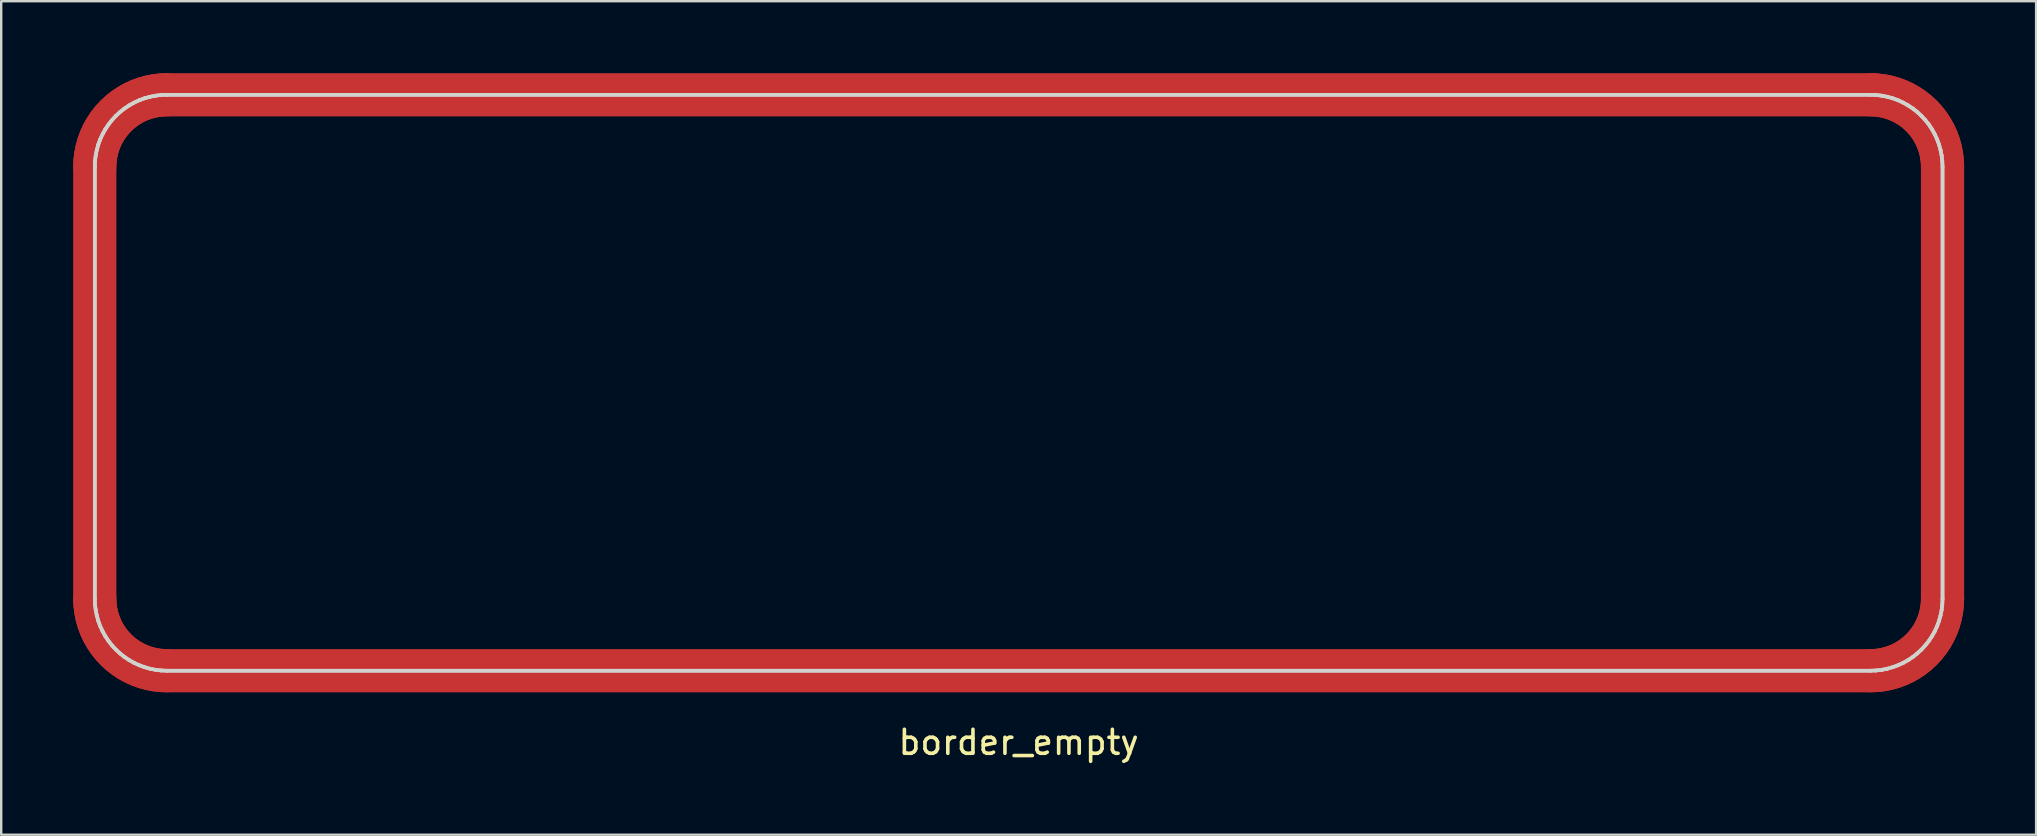
<source format=kicad_pcb>
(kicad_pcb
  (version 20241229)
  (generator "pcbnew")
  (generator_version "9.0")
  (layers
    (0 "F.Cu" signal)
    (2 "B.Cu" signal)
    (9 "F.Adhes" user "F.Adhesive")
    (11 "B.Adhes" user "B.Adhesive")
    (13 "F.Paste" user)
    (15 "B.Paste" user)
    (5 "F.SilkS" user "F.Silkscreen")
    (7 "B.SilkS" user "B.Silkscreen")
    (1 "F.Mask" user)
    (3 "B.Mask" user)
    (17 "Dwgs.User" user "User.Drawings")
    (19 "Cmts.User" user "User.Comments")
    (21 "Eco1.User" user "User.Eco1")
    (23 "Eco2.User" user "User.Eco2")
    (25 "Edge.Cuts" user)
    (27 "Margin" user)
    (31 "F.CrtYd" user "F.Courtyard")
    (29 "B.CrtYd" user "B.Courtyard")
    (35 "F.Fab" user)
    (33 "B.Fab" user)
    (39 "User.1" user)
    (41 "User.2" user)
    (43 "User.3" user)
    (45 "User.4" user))
  (footprint "border_empty"
    (layer "F.Cu")
    (at 39.4 12.9)
    (property "Reference" "border_empty" (at 0 14.986 0) (layer "F.SilkS") (effects (font (size 1 1) (thickness 0.15))))
    (attr through_hole)
    (fp_line (start -38.5 -9) (end -38.5 9) (stroke (width 1.8) (type solid)) (layer "F.Cu"))
    (fp_line (start -38.5 -9) (end -38.491 -9.235) (stroke (width 1.8) (type solid)) (layer "F.Cu"))
    (fp_line (start -38.491 -9.235) (end -38.463 -9.469) (stroke (width 1.8) (type solid)) (layer "F.Cu"))
    (fp_line (start -38.491 9.235) (end -38.5 9) (stroke (width 1.8) (type solid)) (layer "F.Cu"))
    (fp_line (start -38.463 -9.469) (end -38.417 -9.7) (stroke (width 1.8) (type solid)) (layer "F.Cu"))
    (fp_line (start -38.463 9.469) (end -38.491 9.235) (stroke (width 1.8) (type solid)) (layer "F.Cu"))
    (fp_line (start -38.417 -9.7) (end -38.353 -9.927) (stroke (width 1.8) (type solid)) (layer "F.Cu"))
    (fp_line (start -38.417 9.7) (end -38.463 9.469) (stroke (width 1.8) (type solid)) (layer "F.Cu"))
    (fp_line (start -38.353 -9.927) (end -38.272 -10.148) (stroke (width 1.8) (type solid)) (layer "F.Cu"))
    (fp_line (start -38.353 9.927) (end -38.417 9.7) (stroke (width 1.8) (type solid)) (layer "F.Cu"))
    (fp_line (start -38.272 -10.148) (end -38.173 -10.362) (stroke (width 1.8) (type solid)) (layer "F.Cu"))
    (fp_line (start -38.272 10.148) (end -38.353 9.927) (stroke (width 1.8) (type solid)) (layer "F.Cu"))
    (fp_line (start -38.173 -10.362) (end -38.058 -10.567) (stroke (width 1.8) (type solid)) (layer "F.Cu"))
    (fp_line (start -38.173 10.362) (end -38.272 10.148) (stroke (width 1.8) (type solid)) (layer "F.Cu"))
    (fp_line (start -38.058 -10.567) (end -37.927 -10.763) (stroke (width 1.8) (type solid)) (layer "F.Cu"))
    (fp_line (start -38.058 10.567) (end -38.173 10.362) (stroke (width 1.8) (type solid)) (layer "F.Cu"))
    (fp_line (start -37.927 -10.763) (end -37.781 -10.948) (stroke (width 1.8) (type solid)) (layer "F.Cu"))
    (fp_line (start -37.927 10.763) (end -38.058 10.567) (stroke (width 1.8) (type solid)) (layer "F.Cu"))
    (fp_line (start -37.781 -10.948) (end -37.621 -11.121) (stroke (width 1.8) (type solid)) (layer "F.Cu"))
    (fp_line (start -37.781 10.948) (end -37.927 10.763) (stroke (width 1.8) (type solid)) (layer "F.Cu"))
    (fp_line (start -37.621 -11.121) (end -37.448 -11.281) (stroke (width 1.8) (type solid)) (layer "F.Cu"))
    (fp_line (start -37.621 11.121) (end -37.781 10.948) (stroke (width 1.8) (type solid)) (layer "F.Cu"))
    (fp_line (start -37.448 -11.281) (end -37.263 -11.427) (stroke (width 1.8) (type solid)) (layer "F.Cu"))
    (fp_line (start -37.448 11.281) (end -37.621 11.121) (stroke (width 1.8) (type solid)) (layer "F.Cu"))
    (fp_line (start -37.263 -11.427) (end -37.067 -11.558) (stroke (width 1.8) (type solid)) (layer "F.Cu"))
    (fp_line (start -37.263 11.427) (end -37.448 11.281) (stroke (width 1.8) (type solid)) (layer "F.Cu"))
    (fp_line (start -37.067 -11.558) (end -36.862 -11.673) (stroke (width 1.8) (type solid)) (layer "F.Cu"))
    (fp_line (start -37.067 11.558) (end -37.263 11.427) (stroke (width 1.8) (type solid)) (layer "F.Cu"))
    (fp_line (start -36.862 -11.673) (end -36.648 -11.772) (stroke (width 1.8) (type solid)) (layer "F.Cu"))
    (fp_line (start -36.862 11.673) (end -37.067 11.558) (stroke (width 1.8) (type solid)) (layer "F.Cu"))
    (fp_line (start -36.648 -11.772) (end -36.427 -11.853) (stroke (width 1.8) (type solid)) (layer "F.Cu"))
    (fp_line (start -36.648 11.772) (end -36.862 11.673) (stroke (width 1.8) (type solid)) (layer "F.Cu"))
    (fp_line (start -36.427 -11.853) (end -36.2 -11.917) (stroke (width 1.8) (type solid)) (layer "F.Cu"))
    (fp_line (start -36.427 11.853) (end -36.648 11.772) (stroke (width 1.8) (type solid)) (layer "F.Cu"))
    (fp_line (start -36.2 -11.917) (end -35.969 -11.963) (stroke (width 1.8) (type solid)) (layer "F.Cu"))
    (fp_line (start -36.2 11.917) (end -36.427 11.853) (stroke (width 1.8) (type solid)) (layer "F.Cu"))
    (fp_line (start -35.969 -11.963) (end -35.735 -11.991) (stroke (width 1.8) (type solid)) (layer "F.Cu"))
    (fp_line (start -35.969 11.963) (end -36.2 11.917) (stroke (width 1.8) (type solid)) (layer "F.Cu"))
    (fp_line (start -35.735 -11.991) (end -35.5 -12) (stroke (width 1.8) (type solid)) (layer "F.Cu"))
    (fp_line (start -35.735 11.991) (end -35.969 11.963) (stroke (width 1.8) (type solid)) (layer "F.Cu"))
    (fp_line (start -35.5 -12) (end 35.5 -12) (stroke (width 1.8) (type solid)) (layer "F.Cu"))
    (fp_line (start -35.5 12) (end -35.735 11.991) (stroke (width 1.8) (type solid)) (layer "F.Cu"))
    (fp_line (start -35.5 12) (end 35.5 12) (stroke (width 1.8) (type solid)) (layer "F.Cu"))
    (fp_line (start 35.5 -12) (end 35.735 -11.991) (stroke (width 1.8) (type solid)) (layer "F.Cu"))
    (fp_line (start 35.735 -11.991) (end 35.969 -11.963) (stroke (width 1.8) (type solid)) (layer "F.Cu"))
    (fp_line (start 35.735 11.991) (end 35.5 12) (stroke (width 1.8) (type solid)) (layer "F.Cu"))
    (fp_line (start 35.969 -11.963) (end 36.2 -11.917) (stroke (width 1.8) (type solid)) (layer "F.Cu"))
    (fp_line (start 35.969 11.963) (end 35.735 11.991) (stroke (width 1.8) (type solid)) (layer "F.Cu"))
    (fp_line (start 36.2 -11.917) (end 36.427 -11.853) (stroke (width 1.8) (type solid)) (layer "F.Cu"))
    (fp_line (start 36.2 11.917) (end 35.969 11.963) (stroke (width 1.8) (type solid)) (layer "F.Cu"))
    (fp_line (start 36.427 -11.853) (end 36.648 -11.772) (stroke (width 1.8) (type solid)) (layer "F.Cu"))
    (fp_line (start 36.427 11.853) (end 36.2 11.917) (stroke (width 1.8) (type solid)) (layer "F.Cu"))
    (fp_line (start 36.648 -11.772) (end 36.862 -11.673) (stroke (width 1.8) (type solid)) (layer "F.Cu"))
    (fp_line (start 36.648 11.772) (end 36.427 11.853) (stroke (width 1.8) (type solid)) (layer "F.Cu"))
    (fp_line (start 36.862 -11.673) (end 37.067 -11.558) (stroke (width 1.8) (type solid)) (layer "F.Cu"))
    (fp_line (start 36.862 11.673) (end 36.648 11.772) (stroke (width 1.8) (type solid)) (layer "F.Cu"))
    (fp_line (start 37.067 -11.558) (end 37.263 -11.427) (stroke (width 1.8) (type solid)) (layer "F.Cu"))
    (fp_line (start 37.067 11.558) (end 36.862 11.673) (stroke (width 1.8) (type solid)) (layer "F.Cu"))
    (fp_line (start 37.263 -11.427) (end 37.448 -11.281) (stroke (width 1.8) (type solid)) (layer "F.Cu"))
    (fp_line (start 37.263 11.427) (end 37.067 11.558) (stroke (width 1.8) (type solid)) (layer "F.Cu"))
    (fp_line (start 37.448 -11.281) (end 37.621 -11.121) (stroke (width 1.8) (type solid)) (layer "F.Cu"))
    (fp_line (start 37.448 11.281) (end 37.263 11.427) (stroke (width 1.8) (type solid)) (layer "F.Cu"))
    (fp_line (start 37.621 -11.121) (end 37.781 -10.948) (stroke (width 1.8) (type solid)) (layer "F.Cu"))
    (fp_line (start 37.621 11.121) (end 37.448 11.281) (stroke (width 1.8) (type solid)) (layer "F.Cu"))
    (fp_line (start 37.781 -10.948) (end 37.927 -10.763) (stroke (width 1.8) (type solid)) (layer "F.Cu"))
    (fp_line (start 37.781 10.948) (end 37.621 11.121) (stroke (width 1.8) (type solid)) (layer "F.Cu"))
    (fp_line (start 37.927 -10.763) (end 38.058 -10.567) (stroke (width 1.8) (type solid)) (layer "F.Cu"))
    (fp_line (start 37.927 10.763) (end 37.781 10.948) (stroke (width 1.8) (type solid)) (layer "F.Cu"))
    (fp_line (start 38.058 -10.567) (end 38.173 -10.362) (stroke (width 1.8) (type solid)) (layer "F.Cu"))
    (fp_line (start 38.058 10.567) (end 37.927 10.763) (stroke (width 1.8) (type solid)) (layer "F.Cu"))
    (fp_line (start 38.173 -10.362) (end 38.272 -10.148) (stroke (width 1.8) (type solid)) (layer "F.Cu"))
    (fp_line (start 38.173 10.362) (end 38.058 10.567) (stroke (width 1.8) (type solid)) (layer "F.Cu"))
    (fp_line (start 38.272 -10.148) (end 38.353 -9.927) (stroke (width 1.8) (type solid)) (layer "F.Cu"))
    (fp_line (start 38.272 10.148) (end 38.173 10.362) (stroke (width 1.8) (type solid)) (layer "F.Cu"))
    (fp_line (start 38.353 -9.927) (end 38.417 -9.7) (stroke (width 1.8) (type solid)) (layer "F.Cu"))
    (fp_line (start 38.353 9.927) (end 38.272 10.148) (stroke (width 1.8) (type solid)) (layer "F.Cu"))
    (fp_line (start 38.417 -9.7) (end 38.463 -9.469) (stroke (width 1.8) (type solid)) (layer "F.Cu"))
    (fp_line (start 38.417 9.7) (end 38.353 9.927) (stroke (width 1.8) (type solid)) (layer "F.Cu"))
    (fp_line (start 38.463 -9.469) (end 38.491 -9.235) (stroke (width 1.8) (type solid)) (layer "F.Cu"))
    (fp_line (start 38.463 9.469) (end 38.417 9.7) (stroke (width 1.8) (type solid)) (layer "F.Cu"))
    (fp_line (start 38.491 -9.235) (end 38.5 -9) (stroke (width 1.8) (type solid)) (layer "F.Cu"))
    (fp_line (start 38.491 9.235) (end 38.463 9.469) (stroke (width 1.8) (type solid)) (layer "F.Cu"))
    (fp_line (start 38.5 -9) (end 38.5 9) (stroke (width 1.8) (type solid)) (layer "F.Cu"))
    (fp_line (start 38.5 9) (end 38.491 9.235) (stroke (width 1.8) (type solid)) (layer "F.Cu"))
    (fp_line (start -38.5 -9) (end -38.5 9) (stroke (width 1.8) (type solid)) (layer "F.Mask"))
    (fp_line (start -38.5 -9) (end -38.491 -9.235) (stroke (width 1.8) (type solid)) (layer "F.Mask"))
    (fp_line (start -38.491 -9.235) (end -38.463 -9.469) (stroke (width 1.8) (type solid)) (layer "F.Mask"))
    (fp_line (start -38.491 9.235) (end -38.5 9) (stroke (width 1.8) (type solid)) (layer "F.Mask"))
    (fp_line (start -38.463 -9.469) (end -38.417 -9.7) (stroke (width 1.8) (type solid)) (layer "F.Mask"))
    (fp_line (start -38.463 9.469) (end -38.491 9.235) (stroke (width 1.8) (type solid)) (layer "F.Mask"))
    (fp_line (start -38.417 -9.7) (end -38.353 -9.927) (stroke (width 1.8) (type solid)) (layer "F.Mask"))
    (fp_line (start -38.417 9.7) (end -38.463 9.469) (stroke (width 1.8) (type solid)) (layer "F.Mask"))
    (fp_line (start -38.353 -9.927) (end -38.272 -10.148) (stroke (width 1.8) (type solid)) (layer "F.Mask"))
    (fp_line (start -38.353 9.927) (end -38.417 9.7) (stroke (width 1.8) (type solid)) (layer "F.Mask"))
    (fp_line (start -38.272 -10.148) (end -38.173 -10.362) (stroke (width 1.8) (type solid)) (layer "F.Mask"))
    (fp_line (start -38.272 10.148) (end -38.353 9.927) (stroke (width 1.8) (type solid)) (layer "F.Mask"))
    (fp_line (start -38.173 -10.362) (end -38.058 -10.567) (stroke (width 1.8) (type solid)) (layer "F.Mask"))
    (fp_line (start -38.173 10.362) (end -38.272 10.148) (stroke (width 1.8) (type solid)) (layer "F.Mask"))
    (fp_line (start -38.058 -10.567) (end -37.927 -10.763) (stroke (width 1.8) (type solid)) (layer "F.Mask"))
    (fp_line (start -38.058 10.567) (end -38.173 10.362) (stroke (width 1.8) (type solid)) (layer "F.Mask"))
    (fp_line (start -37.927 -10.763) (end -37.781 -10.948) (stroke (width 1.8) (type solid)) (layer "F.Mask"))
    (fp_line (start -37.927 10.763) (end -38.058 10.567) (stroke (width 1.8) (type solid)) (layer "F.Mask"))
    (fp_line (start -37.781 -10.948) (end -37.621 -11.121) (stroke (width 1.8) (type solid)) (layer "F.Mask"))
    (fp_line (start -37.781 10.948) (end -37.927 10.763) (stroke (width 1.8) (type solid)) (layer "F.Mask"))
    (fp_line (start -37.621 -11.121) (end -37.448 -11.281) (stroke (width 1.8) (type solid)) (layer "F.Mask"))
    (fp_line (start -37.621 11.121) (end -37.781 10.948) (stroke (width 1.8) (type solid)) (layer "F.Mask"))
    (fp_line (start -37.448 -11.281) (end -37.263 -11.427) (stroke (width 1.8) (type solid)) (layer "F.Mask"))
    (fp_line (start -37.448 11.281) (end -37.621 11.121) (stroke (width 1.8) (type solid)) (layer "F.Mask"))
    (fp_line (start -37.263 -11.427) (end -37.067 -11.558) (stroke (width 1.8) (type solid)) (layer "F.Mask"))
    (fp_line (start -37.263 11.427) (end -37.448 11.281) (stroke (width 1.8) (type solid)) (layer "F.Mask"))
    (fp_line (start -37.067 -11.558) (end -36.862 -11.673) (stroke (width 1.8) (type solid)) (layer "F.Mask"))
    (fp_line (start -37.067 11.558) (end -37.263 11.427) (stroke (width 1.8) (type solid)) (layer "F.Mask"))
    (fp_line (start -36.862 -11.673) (end -36.648 -11.772) (stroke (width 1.8) (type solid)) (layer "F.Mask"))
    (fp_line (start -36.862 11.673) (end -37.067 11.558) (stroke (width 1.8) (type solid)) (layer "F.Mask"))
    (fp_line (start -36.648 -11.772) (end -36.427 -11.853) (stroke (width 1.8) (type solid)) (layer "F.Mask"))
    (fp_line (start -36.648 11.772) (end -36.862 11.673) (stroke (width 1.8) (type solid)) (layer "F.Mask"))
    (fp_line (start -36.427 -11.853) (end -36.2 -11.917) (stroke (width 1.8) (type solid)) (layer "F.Mask"))
    (fp_line (start -36.427 11.853) (end -36.648 11.772) (stroke (width 1.8) (type solid)) (layer "F.Mask"))
    (fp_line (start -36.2 -11.917) (end -35.969 -11.963) (stroke (width 1.8) (type solid)) (layer "F.Mask"))
    (fp_line (start -36.2 11.917) (end -36.427 11.853) (stroke (width 1.8) (type solid)) (layer "F.Mask"))
    (fp_line (start -35.969 -11.963) (end -35.735 -11.991) (stroke (width 1.8) (type solid)) (layer "F.Mask"))
    (fp_line (start -35.969 11.963) (end -36.2 11.917) (stroke (width 1.8) (type solid)) (layer "F.Mask"))
    (fp_line (start -35.735 -11.991) (end -35.5 -12) (stroke (width 1.8) (type solid)) (layer "F.Mask"))
    (fp_line (start -35.735 11.991) (end -35.969 11.963) (stroke (width 1.8) (type solid)) (layer "F.Mask"))
    (fp_line (start -35.5 -12) (end 35.5 -12) (stroke (width 1.8) (type solid)) (layer "F.Mask"))
    (fp_line (start -35.5 12) (end -35.735 11.991) (stroke (width 1.8) (type solid)) (layer "F.Mask"))
    (fp_line (start -35.5 12) (end 35.5 12) (stroke (width 1.8) (type solid)) (layer "F.Mask"))
    (fp_line (start 35.5 -12) (end 35.735 -11.991) (stroke (width 1.8) (type solid)) (layer "F.Mask"))
    (fp_line (start 35.735 -11.991) (end 35.969 -11.963) (stroke (width 1.8) (type solid)) (layer "F.Mask"))
    (fp_line (start 35.735 11.991) (end 35.5 12) (stroke (width 1.8) (type solid)) (layer "F.Mask"))
    (fp_line (start 35.969 -11.963) (end 36.2 -11.917) (stroke (width 1.8) (type solid)) (layer "F.Mask"))
    (fp_line (start 35.969 11.963) (end 35.735 11.991) (stroke (width 1.8) (type solid)) (layer "F.Mask"))
    (fp_line (start 36.2 -11.917) (end 36.427 -11.853) (stroke (width 1.8) (type solid)) (layer "F.Mask"))
    (fp_line (start 36.2 11.917) (end 35.969 11.963) (stroke (width 1.8) (type solid)) (layer "F.Mask"))
    (fp_line (start 36.427 -11.853) (end 36.648 -11.772) (stroke (width 1.8) (type solid)) (layer "F.Mask"))
    (fp_line (start 36.427 11.853) (end 36.2 11.917) (stroke (width 1.8) (type solid)) (layer "F.Mask"))
    (fp_line (start 36.648 -11.772) (end 36.862 -11.673) (stroke (width 1.8) (type solid)) (layer "F.Mask"))
    (fp_line (start 36.648 11.772) (end 36.427 11.853) (stroke (width 1.8) (type solid)) (layer "F.Mask"))
    (fp_line (start 36.862 -11.673) (end 37.067 -11.558) (stroke (width 1.8) (type solid)) (layer "F.Mask"))
    (fp_line (start 36.862 11.673) (end 36.648 11.772) (stroke (width 1.8) (type solid)) (layer "F.Mask"))
    (fp_line (start 37.067 -11.558) (end 37.263 -11.427) (stroke (width 1.8) (type solid)) (layer "F.Mask"))
    (fp_line (start 37.067 11.558) (end 36.862 11.673) (stroke (width 1.8) (type solid)) (layer "F.Mask"))
    (fp_line (start 37.263 -11.427) (end 37.448 -11.281) (stroke (width 1.8) (type solid)) (layer "F.Mask"))
    (fp_line (start 37.263 11.427) (end 37.067 11.558) (stroke (width 1.8) (type solid)) (layer "F.Mask"))
    (fp_line (start 37.448 -11.281) (end 37.621 -11.121) (stroke (width 1.8) (type solid)) (layer "F.Mask"))
    (fp_line (start 37.448 11.281) (end 37.263 11.427) (stroke (width 1.8) (type solid)) (layer "F.Mask"))
    (fp_line (start 37.621 -11.121) (end 37.781 -10.948) (stroke (width 1.8) (type solid)) (layer "F.Mask"))
    (fp_line (start 37.621 11.121) (end 37.448 11.281) (stroke (width 1.8) (type solid)) (layer "F.Mask"))
    (fp_line (start 37.781 -10.948) (end 37.927 -10.763) (stroke (width 1.8) (type solid)) (layer "F.Mask"))
    (fp_line (start 37.781 10.948) (end 37.621 11.121) (stroke (width 1.8) (type solid)) (layer "F.Mask"))
    (fp_line (start 37.927 -10.763) (end 38.058 -10.567) (stroke (width 1.8) (type solid)) (layer "F.Mask"))
    (fp_line (start 37.927 10.763) (end 37.781 10.948) (stroke (width 1.8) (type solid)) (layer "F.Mask"))
    (fp_line (start 38.058 -10.567) (end 38.173 -10.362) (stroke (width 1.8) (type solid)) (layer "F.Mask"))
    (fp_line (start 38.058 10.567) (end 37.927 10.763) (stroke (width 1.8) (type solid)) (layer "F.Mask"))
    (fp_line (start 38.173 -10.362) (end 38.272 -10.148) (stroke (width 1.8) (type solid)) (layer "F.Mask"))
    (fp_line (start 38.173 10.362) (end 38.058 10.567) (stroke (width 1.8) (type solid)) (layer "F.Mask"))
    (fp_line (start 38.272 -10.148) (end 38.353 -9.927) (stroke (width 1.8) (type solid)) (layer "F.Mask"))
    (fp_line (start 38.272 10.148) (end 38.173 10.362) (stroke (width 1.8) (type solid)) (layer "F.Mask"))
    (fp_line (start 38.353 -9.927) (end 38.417 -9.7) (stroke (width 1.8) (type solid)) (layer "F.Mask"))
    (fp_line (start 38.353 9.927) (end 38.272 10.148) (stroke (width 1.8) (type solid)) (layer "F.Mask"))
    (fp_line (start 38.417 -9.7) (end 38.463 -9.469) (stroke (width 1.8) (type solid)) (layer "F.Mask"))
    (fp_line (start 38.417 9.7) (end 38.353 9.927) (stroke (width 1.8) (type solid)) (layer "F.Mask"))
    (fp_line (start 38.463 -9.469) (end 38.491 -9.235) (stroke (width 1.8) (type solid)) (layer "F.Mask"))
    (fp_line (start 38.463 9.469) (end 38.417 9.7) (stroke (width 1.8) (type solid)) (layer "F.Mask"))
    (fp_line (start 38.491 -9.235) (end 38.5 -9) (stroke (width 1.8) (type solid)) (layer "F.Mask"))
    (fp_line (start 38.491 9.235) (end 38.463 9.469) (stroke (width 1.8) (type solid)) (layer "F.Mask"))
    (fp_line (start 38.5 -9) (end 38.5 9) (stroke (width 1.8) (type solid)) (layer "F.Mask"))
    (fp_line (start 38.5 9) (end 38.491 9.235) (stroke (width 1.8) (type solid)) (layer "F.Mask"))
    (fp_line (start -38.5 -9) (end -38.5 9) (stroke (width 0.15) (type solid)) (layer "Edge.Cuts"))
    (fp_line (start -38.5 -9) (end -38.5 9) (stroke (width 0.15) (type solid)) (layer "Edge.Cuts"))
    (fp_line (start -38.5 -9) (end -38.491 -9.235) (stroke (width 0.15) (type solid)) (layer "Edge.Cuts"))
    (fp_line (start -38.5 -9) (end -38.491 -9.235) (stroke (width 0.15) (type solid)) (layer "Edge.Cuts"))
    (fp_line (start -38.491 -9.235) (end -38.463 -9.469) (stroke (width 0.15) (type solid)) (layer "Edge.Cuts"))
    (fp_line (start -38.491 -9.235) (end -38.463 -9.469) (stroke (width 0.15) (type solid)) (layer "Edge.Cuts"))
    (fp_line (start -38.491 9.235) (end -38.5 9) (stroke (width 0.15) (type solid)) (layer "Edge.Cuts"))
    (fp_line (start -38.491 9.235) (end -38.5 9) (stroke (width 0.15) (type solid)) (layer "Edge.Cuts"))
    (fp_line (start -38.463 -9.469) (end -38.417 -9.7) (stroke (width 0.15) (type solid)) (layer "Edge.Cuts"))
    (fp_line (start -38.463 -9.469) (end -38.417 -9.7) (stroke (width 0.15) (type solid)) (layer "Edge.Cuts"))
    (fp_line (start -38.463 9.469) (end -38.491 9.235) (stroke (width 0.15) (type solid)) (layer "Edge.Cuts"))
    (fp_line (start -38.463 9.469) (end -38.491 9.235) (stroke (width 0.15) (type solid)) (layer "Edge.Cuts"))
    (fp_line (start -38.417 -9.7) (end -38.353 -9.927) (stroke (width 0.15) (type solid)) (layer "Edge.Cuts"))
    (fp_line (start -38.417 -9.7) (end -38.353 -9.927) (stroke (width 0.15) (type solid)) (layer "Edge.Cuts"))
    (fp_line (start -38.417 9.7) (end -38.463 9.469) (stroke (width 0.15) (type solid)) (layer "Edge.Cuts"))
    (fp_line (start -38.417 9.7) (end -38.463 9.469) (stroke (width 0.15) (type solid)) (layer "Edge.Cuts"))
    (fp_line (start -38.353 -9.927) (end -38.272 -10.148) (stroke (width 0.15) (type solid)) (layer "Edge.Cuts"))
    (fp_line (start -38.353 -9.927) (end -38.272 -10.148) (stroke (width 0.15) (type solid)) (layer "Edge.Cuts"))
    (fp_line (start -38.353 9.927) (end -38.417 9.7) (stroke (width 0.15) (type solid)) (layer "Edge.Cuts"))
    (fp_line (start -38.353 9.927) (end -38.417 9.7) (stroke (width 0.15) (type solid)) (layer "Edge.Cuts"))
    (fp_line (start -38.272 -10.148) (end -38.173 -10.362) (stroke (width 0.15) (type solid)) (layer "Edge.Cuts"))
    (fp_line (start -38.272 -10.148) (end -38.173 -10.362) (stroke (width 0.15) (type solid)) (layer "Edge.Cuts"))
    (fp_line (start -38.272 10.148) (end -38.353 9.927) (stroke (width 0.15) (type solid)) (layer "Edge.Cuts"))
    (fp_line (start -38.272 10.148) (end -38.353 9.927) (stroke (width 0.15) (type solid)) (layer "Edge.Cuts"))
    (fp_line (start -38.173 -10.362) (end -38.058 -10.567) (stroke (width 0.15) (type solid)) (layer "Edge.Cuts"))
    (fp_line (start -38.173 -10.362) (end -38.058 -10.567) (stroke (width 0.15) (type solid)) (layer "Edge.Cuts"))
    (fp_line (start -38.173 10.362) (end -38.272 10.148) (stroke (width 0.15) (type solid)) (layer "Edge.Cuts"))
    (fp_line (start -38.173 10.362) (end -38.272 10.148) (stroke (width 0.15) (type solid)) (layer "Edge.Cuts"))
    (fp_line (start -38.058 -10.567) (end -37.927 -10.763) (stroke (width 0.15) (type solid)) (layer "Edge.Cuts"))
    (fp_line (start -38.058 -10.567) (end -37.927 -10.763) (stroke (width 0.15) (type solid)) (layer "Edge.Cuts"))
    (fp_line (start -38.058 10.567) (end -38.173 10.362) (stroke (width 0.15) (type solid)) (layer "Edge.Cuts"))
    (fp_line (start -38.058 10.567) (end -38.173 10.362) (stroke (width 0.15) (type solid)) (layer "Edge.Cuts"))
    (fp_line (start -37.927 -10.763) (end -37.781 -10.948) (stroke (width 0.15) (type solid)) (layer "Edge.Cuts"))
    (fp_line (start -37.927 -10.763) (end -37.781 -10.948) (stroke (width 0.15) (type solid)) (layer "Edge.Cuts"))
    (fp_line (start -37.927 10.763) (end -38.058 10.567) (stroke (width 0.15) (type solid)) (layer "Edge.Cuts"))
    (fp_line (start -37.927 10.763) (end -38.058 10.567) (stroke (width 0.15) (type solid)) (layer "Edge.Cuts"))
    (fp_line (start -37.781 -10.948) (end -37.621 -11.121) (stroke (width 0.15) (type solid)) (layer "Edge.Cuts"))
    (fp_line (start -37.781 -10.948) (end -37.621 -11.121) (stroke (width 0.15) (type solid)) (layer "Edge.Cuts"))
    (fp_line (start -37.781 10.948) (end -37.927 10.763) (stroke (width 0.15) (type solid)) (layer "Edge.Cuts"))
    (fp_line (start -37.781 10.948) (end -37.927 10.763) (stroke (width 0.15) (type solid)) (layer "Edge.Cuts"))
    (fp_line (start -37.621 -11.121) (end -37.448 -11.281) (stroke (width 0.15) (type solid)) (layer "Edge.Cuts"))
    (fp_line (start -37.621 -11.121) (end -37.448 -11.281) (stroke (width 0.15) (type solid)) (layer "Edge.Cuts"))
    (fp_line (start -37.621 11.121) (end -37.781 10.948) (stroke (width 0.15) (type solid)) (layer "Edge.Cuts"))
    (fp_line (start -37.621 11.121) (end -37.781 10.948) (stroke (width 0.15) (type solid)) (layer "Edge.Cuts"))
    (fp_line (start -37.448 -11.281) (end -37.263 -11.427) (stroke (width 0.15) (type solid)) (layer "Edge.Cuts"))
    (fp_line (start -37.448 -11.281) (end -37.263 -11.427) (stroke (width 0.15) (type solid)) (layer "Edge.Cuts"))
    (fp_line (start -37.448 11.281) (end -37.621 11.121) (stroke (width 0.15) (type solid)) (layer "Edge.Cuts"))
    (fp_line (start -37.448 11.281) (end -37.621 11.121) (stroke (width 0.15) (type solid)) (layer "Edge.Cuts"))
    (fp_line (start -37.263 -11.427) (end -37.067 -11.558) (stroke (width 0.15) (type solid)) (layer "Edge.Cuts"))
    (fp_line (start -37.263 -11.427) (end -37.067 -11.558) (stroke (width 0.15) (type solid)) (layer "Edge.Cuts"))
    (fp_line (start -37.263 11.427) (end -37.448 11.281) (stroke (width 0.15) (type solid)) (layer "Edge.Cuts"))
    (fp_line (start -37.263 11.427) (end -37.448 11.281) (stroke (width 0.15) (type solid)) (layer "Edge.Cuts"))
    (fp_line (start -37.067 -11.558) (end -36.862 -11.673) (stroke (width 0.15) (type solid)) (layer "Edge.Cuts"))
    (fp_line (start -37.067 -11.558) (end -36.862 -11.673) (stroke (width 0.15) (type solid)) (layer "Edge.Cuts"))
    (fp_line (start -37.067 11.558) (end -37.263 11.427) (stroke (width 0.15) (type solid)) (layer "Edge.Cuts"))
    (fp_line (start -37.067 11.558) (end -37.263 11.427) (stroke (width 0.15) (type solid)) (layer "Edge.Cuts"))
    (fp_line (start -36.862 -11.673) (end -36.648 -11.772) (stroke (width 0.15) (type solid)) (layer "Edge.Cuts"))
    (fp_line (start -36.862 -11.673) (end -36.648 -11.772) (stroke (width 0.15) (type solid)) (layer "Edge.Cuts"))
    (fp_line (start -36.862 11.673) (end -37.067 11.558) (stroke (width 0.15) (type solid)) (layer "Edge.Cuts"))
    (fp_line (start -36.862 11.673) (end -37.067 11.558) (stroke (width 0.15) (type solid)) (layer "Edge.Cuts"))
    (fp_line (start -36.648 -11.772) (end -36.427 -11.853) (stroke (width 0.15) (type solid)) (layer "Edge.Cuts"))
    (fp_line (start -36.648 -11.772) (end -36.427 -11.853) (stroke (width 0.15) (type solid)) (layer "Edge.Cuts"))
    (fp_line (start -36.648 11.772) (end -36.862 11.673) (stroke (width 0.15) (type solid)) (layer "Edge.Cuts"))
    (fp_line (start -36.648 11.772) (end -36.862 11.673) (stroke (width 0.15) (type solid)) (layer "Edge.Cuts"))
    (fp_line (start -36.427 -11.853) (end -36.2 -11.917) (stroke (width 0.15) (type solid)) (layer "Edge.Cuts"))
    (fp_line (start -36.427 -11.853) (end -36.2 -11.917) (stroke (width 0.15) (type solid)) (layer "Edge.Cuts"))
    (fp_line (start -36.427 11.853) (end -36.648 11.772) (stroke (width 0.15) (type solid)) (layer "Edge.Cuts"))
    (fp_line (start -36.427 11.853) (end -36.648 11.772) (stroke (width 0.15) (type solid)) (layer "Edge.Cuts"))
    (fp_line (start -36.2 -11.917) (end -35.969 -11.963) (stroke (width 0.15) (type solid)) (layer "Edge.Cuts"))
    (fp_line (start -36.2 -11.917) (end -35.969 -11.963) (stroke (width 0.15) (type solid)) (layer "Edge.Cuts"))
    (fp_line (start -36.2 11.917) (end -36.427 11.853) (stroke (width 0.15) (type solid)) (layer "Edge.Cuts"))
    (fp_line (start -36.2 11.917) (end -36.427 11.853) (stroke (width 0.15) (type solid)) (layer "Edge.Cuts"))
    (fp_line (start -35.969 -11.963) (end -35.735 -11.991) (stroke (width 0.15) (type solid)) (layer "Edge.Cuts"))
    (fp_line (start -35.969 -11.963) (end -35.735 -11.991) (stroke (width 0.15) (type solid)) (layer "Edge.Cuts"))
    (fp_line (start -35.969 11.963) (end -36.2 11.917) (stroke (width 0.15) (type solid)) (layer "Edge.Cuts"))
    (fp_line (start -35.969 11.963) (end -36.2 11.917) (stroke (width 0.15) (type solid)) (layer "Edge.Cuts"))
    (fp_line (start -35.735 -11.991) (end -35.5 -12) (stroke (width 0.15) (type solid)) (layer "Edge.Cuts"))
    (fp_line (start -35.735 -11.991) (end -35.5 -12) (stroke (width 0.15) (type solid)) (layer "Edge.Cuts"))
    (fp_line (start -35.735 11.991) (end -35.969 11.963) (stroke (width 0.15) (type solid)) (layer "Edge.Cuts"))
    (fp_line (start -35.735 11.991) (end -35.969 11.963) (stroke (width 0.15) (type solid)) (layer "Edge.Cuts"))
    (fp_line (start -35.5 -12) (end 35.5 -12) (stroke (width 0.15) (type solid)) (layer "Edge.Cuts"))
    (fp_line (start -35.5 -12) (end 35.5 -12) (stroke (width 0.15) (type solid)) (layer "Edge.Cuts"))
    (fp_line (start -35.5 12) (end -35.735 11.991) (stroke (width 0.15) (type solid)) (layer "Edge.Cuts"))
    (fp_line (start -35.5 12) (end -35.735 11.991) (stroke (width 0.15) (type solid)) (layer "Edge.Cuts"))
    (fp_line (start -35.5 12) (end 35.5 12) (stroke (width 0.15) (type solid)) (layer "Edge.Cuts"))
    (fp_line (start -35.5 12) (end 35.5 12) (stroke (width 0.15) (type solid)) (layer "Edge.Cuts"))
    (fp_line (start 35.5 -12) (end 35.735 -11.991) (stroke (width 0.15) (type solid)) (layer "Edge.Cuts"))
    (fp_line (start 35.5 -12) (end 35.735 -11.991) (stroke (width 0.15) (type solid)) (layer "Edge.Cuts"))
    (fp_line (start 35.735 -11.991) (end 35.969 -11.963) (stroke (width 0.15) (type solid)) (layer "Edge.Cuts"))
    (fp_line (start 35.735 -11.991) (end 35.969 -11.963) (stroke (width 0.15) (type solid)) (layer "Edge.Cuts"))
    (fp_line (start 35.735 11.991) (end 35.5 12) (stroke (width 0.15) (type solid)) (layer "Edge.Cuts"))
    (fp_line (start 35.735 11.991) (end 35.5 12) (stroke (width 0.15) (type solid)) (layer "Edge.Cuts"))
    (fp_line (start 35.969 -11.963) (end 36.2 -11.917) (stroke (width 0.15) (type solid)) (layer "Edge.Cuts"))
    (fp_line (start 35.969 -11.963) (end 36.2 -11.917) (stroke (width 0.15) (type solid)) (layer "Edge.Cuts"))
    (fp_line (start 35.969 11.963) (end 35.735 11.991) (stroke (width 0.15) (type solid)) (layer "Edge.Cuts"))
    (fp_line (start 35.969 11.963) (end 35.735 11.991) (stroke (width 0.15) (type solid)) (layer "Edge.Cuts"))
    (fp_line (start 36.2 -11.917) (end 36.427 -11.853) (stroke (width 0.15) (type solid)) (layer "Edge.Cuts"))
    (fp_line (start 36.2 -11.917) (end 36.427 -11.853) (stroke (width 0.15) (type solid)) (layer "Edge.Cuts"))
    (fp_line (start 36.2 11.917) (end 35.969 11.963) (stroke (width 0.15) (type solid)) (layer "Edge.Cuts"))
    (fp_line (start 36.2 11.917) (end 35.969 11.963) (stroke (width 0.15) (type solid)) (layer "Edge.Cuts"))
    (fp_line (start 36.427 -11.853) (end 36.648 -11.772) (stroke (width 0.15) (type solid)) (layer "Edge.Cuts"))
    (fp_line (start 36.427 -11.853) (end 36.648 -11.772) (stroke (width 0.15) (type solid)) (layer "Edge.Cuts"))
    (fp_line (start 36.427 11.853) (end 36.2 11.917) (stroke (width 0.15) (type solid)) (layer "Edge.Cuts"))
    (fp_line (start 36.427 11.853) (end 36.2 11.917) (stroke (width 0.15) (type solid)) (layer "Edge.Cuts"))
    (fp_line (start 36.648 -11.772) (end 36.862 -11.673) (stroke (width 0.15) (type solid)) (layer "Edge.Cuts"))
    (fp_line (start 36.648 -11.772) (end 36.862 -11.673) (stroke (width 0.15) (type solid)) (layer "Edge.Cuts"))
    (fp_line (start 36.648 11.772) (end 36.427 11.853) (stroke (width 0.15) (type solid)) (layer "Edge.Cuts"))
    (fp_line (start 36.648 11.772) (end 36.427 11.853) (stroke (width 0.15) (type solid)) (layer "Edge.Cuts"))
    (fp_line (start 36.862 -11.673) (end 37.067 -11.558) (stroke (width 0.15) (type solid)) (layer "Edge.Cuts"))
    (fp_line (start 36.862 -11.673) (end 37.067 -11.558) (stroke (width 0.15) (type solid)) (layer "Edge.Cuts"))
    (fp_line (start 36.862 11.673) (end 36.648 11.772) (stroke (width 0.15) (type solid)) (layer "Edge.Cuts"))
    (fp_line (start 36.862 11.673) (end 36.648 11.772) (stroke (width 0.15) (type solid)) (layer "Edge.Cuts"))
    (fp_line (start 37.067 -11.558) (end 37.263 -11.427) (stroke (width 0.15) (type solid)) (layer "Edge.Cuts"))
    (fp_line (start 37.067 -11.558) (end 37.263 -11.427) (stroke (width 0.15) (type solid)) (layer "Edge.Cuts"))
    (fp_line (start 37.067 11.558) (end 36.862 11.673) (stroke (width 0.15) (type solid)) (layer "Edge.Cuts"))
    (fp_line (start 37.067 11.558) (end 36.862 11.673) (stroke (width 0.15) (type solid)) (layer "Edge.Cuts"))
    (fp_line (start 37.263 -11.427) (end 37.448 -11.281) (stroke (width 0.15) (type solid)) (layer "Edge.Cuts"))
    (fp_line (start 37.263 -11.427) (end 37.448 -11.281) (stroke (width 0.15) (type solid)) (layer "Edge.Cuts"))
    (fp_line (start 37.263 11.427) (end 37.067 11.558) (stroke (width 0.15) (type solid)) (layer "Edge.Cuts"))
    (fp_line (start 37.263 11.427) (end 37.067 11.558) (stroke (width 0.15) (type solid)) (layer "Edge.Cuts"))
    (fp_line (start 37.448 -11.281) (end 37.621 -11.121) (stroke (width 0.15) (type solid)) (layer "Edge.Cuts"))
    (fp_line (start 37.448 -11.281) (end 37.621 -11.121) (stroke (width 0.15) (type solid)) (layer "Edge.Cuts"))
    (fp_line (start 37.448 11.281) (end 37.263 11.427) (stroke (width 0.15) (type solid)) (layer "Edge.Cuts"))
    (fp_line (start 37.448 11.281) (end 37.263 11.427) (stroke (width 0.15) (type solid)) (layer "Edge.Cuts"))
    (fp_line (start 37.621 -11.121) (end 37.781 -10.948) (stroke (width 0.15) (type solid)) (layer "Edge.Cuts"))
    (fp_line (start 37.621 -11.121) (end 37.781 -10.948) (stroke (width 0.15) (type solid)) (layer "Edge.Cuts"))
    (fp_line (start 37.621 11.121) (end 37.448 11.281) (stroke (width 0.15) (type solid)) (layer "Edge.Cuts"))
    (fp_line (start 37.621 11.121) (end 37.448 11.281) (stroke (width 0.15) (type solid)) (layer "Edge.Cuts"))
    (fp_line (start 37.781 -10.948) (end 37.927 -10.763) (stroke (width 0.15) (type solid)) (layer "Edge.Cuts"))
    (fp_line (start 37.781 -10.948) (end 37.927 -10.763) (stroke (width 0.15) (type solid)) (layer "Edge.Cuts"))
    (fp_line (start 37.781 10.948) (end 37.621 11.121) (stroke (width 0.15) (type solid)) (layer "Edge.Cuts"))
    (fp_line (start 37.781 10.948) (end 37.621 11.121) (stroke (width 0.15) (type solid)) (layer "Edge.Cuts"))
    (fp_line (start 37.927 -10.763) (end 38.058 -10.567) (stroke (width 0.15) (type solid)) (layer "Edge.Cuts"))
    (fp_line (start 37.927 -10.763) (end 38.058 -10.567) (stroke (width 0.15) (type solid)) (layer "Edge.Cuts"))
    (fp_line (start 37.927 10.763) (end 37.781 10.948) (stroke (width 0.15) (type solid)) (layer "Edge.Cuts"))
    (fp_line (start 37.927 10.763) (end 37.781 10.948) (stroke (width 0.15) (type solid)) (layer "Edge.Cuts"))
    (fp_line (start 38.058 -10.567) (end 38.173 -10.362) (stroke (width 0.15) (type solid)) (layer "Edge.Cuts"))
    (fp_line (start 38.058 -10.567) (end 38.173 -10.362) (stroke (width 0.15) (type solid)) (layer "Edge.Cuts"))
    (fp_line (start 38.058 10.567) (end 37.927 10.763) (stroke (width 0.15) (type solid)) (layer "Edge.Cuts"))
    (fp_line (start 38.058 10.567) (end 37.927 10.763) (stroke (width 0.15) (type solid)) (layer "Edge.Cuts"))
    (fp_line (start 38.173 -10.362) (end 38.272 -10.148) (stroke (width 0.15) (type solid)) (layer "Edge.Cuts"))
    (fp_line (start 38.173 -10.362) (end 38.272 -10.148) (stroke (width 0.15) (type solid)) (layer "Edge.Cuts"))
    (fp_line (start 38.173 10.362) (end 38.058 10.567) (stroke (width 0.15) (type solid)) (layer "Edge.Cuts"))
    (fp_line (start 38.173 10.362) (end 38.058 10.567) (stroke (width 0.15) (type solid)) (layer "Edge.Cuts"))
    (fp_line (start 38.272 -10.148) (end 38.353 -9.927) (stroke (width 0.15) (type solid)) (layer "Edge.Cuts"))
    (fp_line (start 38.272 -10.148) (end 38.353 -9.927) (stroke (width 0.15) (type solid)) (layer "Edge.Cuts"))
    (fp_line (start 38.272 10.148) (end 38.173 10.362) (stroke (width 0.15) (type solid)) (layer "Edge.Cuts"))
    (fp_line (start 38.272 10.148) (end 38.173 10.362) (stroke (width 0.15) (type solid)) (layer "Edge.Cuts"))
    (fp_line (start 38.353 -9.927) (end 38.417 -9.7) (stroke (width 0.15) (type solid)) (layer "Edge.Cuts"))
    (fp_line (start 38.353 -9.927) (end 38.417 -9.7) (stroke (width 0.15) (type solid)) (layer "Edge.Cuts"))
    (fp_line (start 38.353 9.927) (end 38.272 10.148) (stroke (width 0.15) (type solid)) (layer "Edge.Cuts"))
    (fp_line (start 38.353 9.927) (end 38.272 10.148) (stroke (width 0.15) (type solid)) (layer "Edge.Cuts"))
    (fp_line (start 38.417 -9.7) (end 38.463 -9.469) (stroke (width 0.15) (type solid)) (layer "Edge.Cuts"))
    (fp_line (start 38.417 -9.7) (end 38.463 -9.469) (stroke (width 0.15) (type solid)) (layer "Edge.Cuts"))
    (fp_line (start 38.417 9.7) (end 38.353 9.927) (stroke (width 0.15) (type solid)) (layer "Edge.Cuts"))
    (fp_line (start 38.417 9.7) (end 38.353 9.927) (stroke (width 0.15) (type solid)) (layer "Edge.Cuts"))
    (fp_line (start 38.463 -9.469) (end 38.491 -9.235) (stroke (width 0.15) (type solid)) (layer "Edge.Cuts"))
    (fp_line (start 38.463 -9.469) (end 38.491 -9.235) (stroke (width 0.15) (type solid)) (layer "Edge.Cuts"))
    (fp_line (start 38.463 9.469) (end 38.417 9.7) (stroke (width 0.15) (type solid)) (layer "Edge.Cuts"))
    (fp_line (start 38.463 9.469) (end 38.417 9.7) (stroke (width 0.15) (type solid)) (layer "Edge.Cuts"))
    (fp_line (start 38.491 -9.235) (end 38.5 -9) (stroke (width 0.15) (type solid)) (layer "Edge.Cuts"))
    (fp_line (start 38.491 -9.235) (end 38.5 -9) (stroke (width 0.15) (type solid)) (layer "Edge.Cuts"))
    (fp_line (start 38.491 9.235) (end 38.463 9.469) (stroke (width 0.15) (type solid)) (layer "Edge.Cuts"))
    (fp_line (start 38.491 9.235) (end 38.463 9.469) (stroke (width 0.15) (type solid)) (layer "Edge.Cuts"))
    (fp_line (start 38.5 -9) (end 38.5 9) (stroke (width 0.15) (type solid)) (layer "Edge.Cuts"))
    (fp_line (start 38.5 -9) (end 38.5 9) (stroke (width 0.15) (type solid)) (layer "Edge.Cuts"))
    (fp_line (start 38.5 9) (end 38.491 9.235) (stroke (width 0.15) (type solid)) (layer "Edge.Cuts"))
    (fp_line (start 38.5 9) (end 38.491 9.235) (stroke (width 0.15) (type solid)) (layer "Edge.Cuts")))
  (gr_rect
    (start -3 -3)
    (end 81.8 31.734)
    (stroke (width 0.1) (type default))
    (fill no)
    (layer "Edge.Cuts")))
</source>
